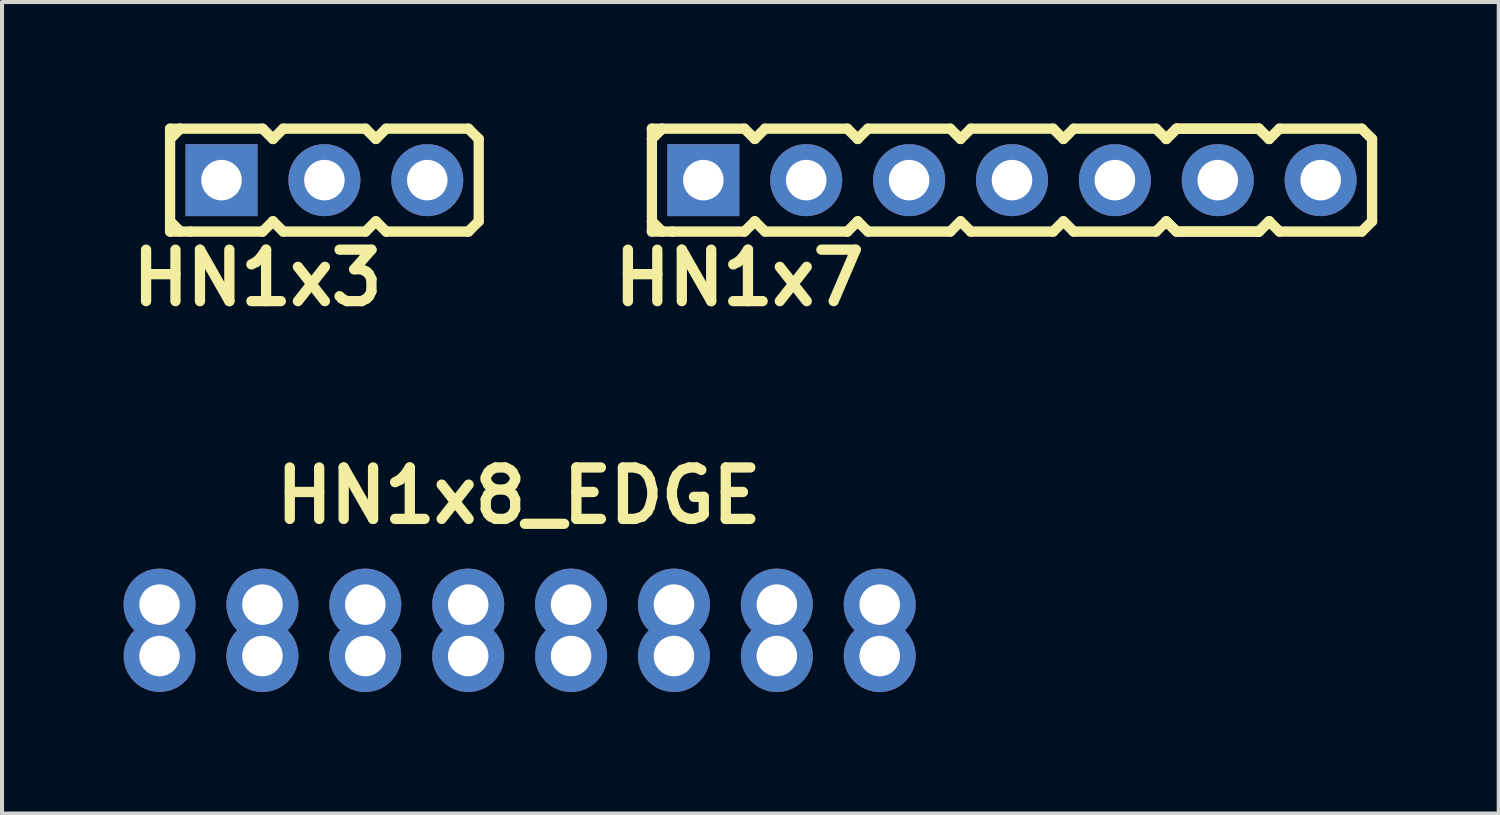
<source format=kicad_pcb>
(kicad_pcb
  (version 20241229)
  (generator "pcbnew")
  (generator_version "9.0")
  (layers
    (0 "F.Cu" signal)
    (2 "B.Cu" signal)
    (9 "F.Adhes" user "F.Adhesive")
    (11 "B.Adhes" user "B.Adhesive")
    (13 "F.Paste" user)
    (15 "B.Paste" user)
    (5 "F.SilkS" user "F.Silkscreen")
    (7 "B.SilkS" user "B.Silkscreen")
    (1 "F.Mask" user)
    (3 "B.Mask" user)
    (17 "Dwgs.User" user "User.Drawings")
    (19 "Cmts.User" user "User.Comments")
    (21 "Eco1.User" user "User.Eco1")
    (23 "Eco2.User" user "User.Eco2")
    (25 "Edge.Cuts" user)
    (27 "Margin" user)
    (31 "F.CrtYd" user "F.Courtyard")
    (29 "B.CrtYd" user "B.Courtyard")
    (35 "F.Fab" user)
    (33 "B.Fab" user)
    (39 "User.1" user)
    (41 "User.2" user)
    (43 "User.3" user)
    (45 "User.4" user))
  (footprint "HN1x3"
    (layer "F.Cu")
    (at 4.959 1.397)
    (property "Reference" "HN1x3" (at -1.651 2.413 0) (layer "F.SilkS") (effects (font (size 1.27 1.27) (thickness 0.254))))
    (attr through_hole)
    (fp_line (start -3.81 -1.27) (end -3.81 1.27) (stroke (width 0.254) (type solid)) (layer "F.SilkS"))
    (fp_line (start -3.81 -1.27) (end -3.556 -1.27) (stroke (width 0.254) (type solid)) (layer "F.SilkS"))
    (fp_line (start -3.81 -1.016) (end -3.556 -1.27) (stroke (width 0.254) (type solid)) (layer "F.SilkS"))
    (fp_line (start -3.556 -1.27) (end -1.524 -1.27) (stroke (width 0.254) (type solid)) (layer "F.SilkS"))
    (fp_line (start -3.556 1.27) (end -3.81 1.016) (stroke (width 0.254) (type solid)) (layer "F.SilkS"))
    (fp_line (start -3.302 1.27) (end -3.81 1.27) (stroke (width 0.254) (type solid)) (layer "F.SilkS"))
    (fp_line (start -1.524 -1.27) (end -1.27 -1.016) (stroke (width 0.254) (type solid)) (layer "F.SilkS"))
    (fp_line (start -1.524 1.27) (end -3.302 1.27) (stroke (width 0.254) (type solid)) (layer "F.SilkS"))
    (fp_line (start -1.27 -1.016) (end -1.016 -1.27) (stroke (width 0.254) (type solid)) (layer "F.SilkS"))
    (fp_line (start -1.27 1.016) (end -1.524 1.27) (stroke (width 0.254) (type solid)) (layer "F.SilkS"))
    (fp_line (start -1.016 -1.27) (end 1.016 -1.27) (stroke (width 0.254) (type solid)) (layer "F.SilkS"))
    (fp_line (start -1.016 1.27) (end -1.27 1.016) (stroke (width 0.254) (type solid)) (layer "F.SilkS"))
    (fp_line (start 1.016 -1.27) (end 1.27 -1.016) (stroke (width 0.254) (type solid)) (layer "F.SilkS"))
    (fp_line (start 1.016 1.27) (end -1.016 1.27) (stroke (width 0.254) (type solid)) (layer "F.SilkS"))
    (fp_line (start 1.016 1.27) (end 1.27 1.016) (stroke (width 0.254) (type solid)) (layer "F.SilkS"))
    (fp_line (start 1.27 -1.016) (end 1.524 -1.27) (stroke (width 0.254) (type solid)) (layer "F.SilkS"))
    (fp_line (start 1.27 1.016) (end 1.524 1.27) (stroke (width 0.254) (type solid)) (layer "F.SilkS"))
    (fp_line (start 1.524 -1.27) (end 3.556 -1.27) (stroke (width 0.254) (type solid)) (layer "F.SilkS"))
    (fp_line (start 3.556 -1.27) (end 3.81 -1.016) (stroke (width 0.254) (type solid)) (layer "F.SilkS"))
    (fp_line (start 3.556 1.27) (end 1.524 1.27) (stroke (width 0.254) (type solid)) (layer "F.SilkS"))
    (fp_line (start 3.81 -1.016) (end 3.81 1.016) (stroke (width 0.254) (type solid)) (layer "F.SilkS"))
    (fp_line (start 3.81 1.016) (end 3.556 1.27) (stroke (width 0.254) (type solid)) (layer "F.SilkS"))
    (pad "1" thru_hole rect (at -2.54 0) (size 1.778 1.778) (drill 1) (layers "*.Cu" "*.Mask"))
    (pad "2" thru_hole circle (at 0 0) (size 1.778 1.778) (drill 1) (layers "*.Cu" "*.Mask"))
    (pad "3" thru_hole circle (at 2.54 0) (size 1.778 1.778) (drill 1) (layers "*.Cu" "*.Mask")))
  (footprint "HN1x8_EDGE"
    (layer "F.Cu")
    (at 9.779 11.877)
    (property "Reference" "HN1x8_EDGE" (at -0.02 -2.69 0) (layer "F.SilkS") (effects (font (size 1.27 1.27) (thickness 0.254))))
    (attr through_hole)
    (pad "1" thru_hole circle (at -8.89 0) (size 1.778 1.778) (drill 1) (layers "*.Cu" "*.Mask"))
    (pad "1" thru_hole custom (at -8.89 1.27) (size 1.778 1.778) (drill 1) (layers "*.Cu" "*.Mask") (options (anchor circle)) (primitives (gr_arc (start -0.65 0) (mid 0 -0.65) (end 0.65 0) (width 0.4))))
    (pad "2" thru_hole circle (at -6.35 0) (size 1.778 1.778) (drill 1) (layers "*.Cu" "*.Mask"))
    (pad "2" thru_hole circle (at -6.35 1.27) (size 1.778 1.778) (drill 1) (layers "*.Cu" "*.Mask"))
    (pad "3" thru_hole circle (at -3.81 0) (size 1.778 1.778) (drill 1) (layers "*.Cu" "*.Mask"))
    (pad "3" thru_hole circle (at -3.81 1.27) (size 1.778 1.778) (drill 1) (layers "*.Cu" "*.Mask"))
    (pad "4" thru_hole circle (at -1.27 0) (size 1.778 1.778) (drill 1) (layers "*.Cu" "*.Mask"))
    (pad "4" thru_hole circle (at -1.27 1.27) (size 1.778 1.778) (drill 1) (layers "*.Cu" "*.Mask"))
    (pad "5" thru_hole circle (at 1.27 0) (size 1.778 1.778) (drill 1) (layers "*.Cu" "*.Mask"))
    (pad "5" thru_hole circle (at 1.27 1.27) (size 1.778 1.778) (drill 1) (layers "*.Cu" "*.Mask"))
    (pad "6" thru_hole circle (at 3.81 0) (size 1.778 1.778) (drill 1) (layers "*.Cu" "*.Mask"))
    (pad "6" thru_hole circle (at 3.81 1.27) (size 1.778 1.778) (drill 1) (layers "*.Cu" "*.Mask"))
    (pad "7" thru_hole circle (at 6.35 0) (size 1.778 1.778) (drill 1) (layers "*.Cu" "*.Mask"))
    (pad "7" thru_hole circle (at 6.35 1.27) (size 1.778 1.778) (drill 1) (layers "*.Cu" "*.Mask"))
    (pad "8" thru_hole circle (at 8.89 0) (size 1.778 1.778) (drill 1) (layers "*.Cu" "*.Mask"))
    (pad "8" thru_hole circle (at 8.89 1.27) (size 1.778 1.778) (drill 1) (layers "*.Cu" "*.Mask")))
  (footprint "HN1x7"
    (layer "F.Cu")
    (at 21.935 1.397)
    (property "Reference" "HN1x7" (at -6.731 2.413 0) (layer "F.SilkS") (effects (font (size 1.27 1.27) (thickness 0.254))))
    (attr through_hole)
    (fp_line (start -8.89 -1.27) (end -8.89 1.27) (stroke (width 0.254) (type solid)) (layer "F.SilkS"))
    (fp_line (start -8.89 -1.27) (end -8.636 -1.27) (stroke (width 0.254) (type solid)) (layer "F.SilkS"))
    (fp_line (start -8.89 -1.016) (end -8.636 -1.27) (stroke (width 0.254) (type solid)) (layer "F.SilkS"))
    (fp_line (start -8.636 -1.27) (end -6.604 -1.27) (stroke (width 0.254) (type solid)) (layer "F.SilkS"))
    (fp_line (start -8.636 1.27) (end -8.89 1.016) (stroke (width 0.254) (type solid)) (layer "F.SilkS"))
    (fp_line (start -8.382 1.27) (end -8.89 1.27) (stroke (width 0.254) (type solid)) (layer "F.SilkS"))
    (fp_line (start -6.604 -1.27) (end -6.35 -1.016) (stroke (width 0.254) (type solid)) (layer "F.SilkS"))
    (fp_line (start -6.604 1.27) (end -8.382 1.27) (stroke (width 0.254) (type solid)) (layer "F.SilkS"))
    (fp_line (start -6.35 -1.016) (end -6.096 -1.27) (stroke (width 0.254) (type solid)) (layer "F.SilkS"))
    (fp_line (start -6.35 1.016) (end -6.604 1.27) (stroke (width 0.254) (type solid)) (layer "F.SilkS"))
    (fp_line (start -6.096 -1.27) (end -4.064 -1.27) (stroke (width 0.254) (type solid)) (layer "F.SilkS"))
    (fp_line (start -6.096 1.27) (end -6.35 1.016) (stroke (width 0.254) (type solid)) (layer "F.SilkS"))
    (fp_line (start -4.064 -1.27) (end -3.81 -1.016) (stroke (width 0.254) (type solid)) (layer "F.SilkS"))
    (fp_line (start -4.064 1.27) (end -6.096 1.27) (stroke (width 0.254) (type solid)) (layer "F.SilkS"))
    (fp_line (start -4.064 1.27) (end -3.81 1.016) (stroke (width 0.254) (type solid)) (layer "F.SilkS"))
    (fp_line (start -3.81 -1.016) (end -3.556 -1.27) (stroke (width 0.254) (type solid)) (layer "F.SilkS"))
    (fp_line (start -3.81 1.016) (end -3.556 1.27) (stroke (width 0.254) (type solid)) (layer "F.SilkS"))
    (fp_line (start -3.556 -1.27) (end -1.524 -1.27) (stroke (width 0.254) (type solid)) (layer "F.SilkS"))
    (fp_line (start -1.524 -1.27) (end -1.27 -1.016) (stroke (width 0.254) (type solid)) (layer "F.SilkS"))
    (fp_line (start -1.524 1.27) (end -3.556 1.27) (stroke (width 0.254) (type solid)) (layer "F.SilkS"))
    (fp_line (start -1.27 -1.016) (end -1.016 -1.27) (stroke (width 0.254) (type solid)) (layer "F.SilkS"))
    (fp_line (start -1.27 1.016) (end -1.524 1.27) (stroke (width 0.254) (type solid)) (layer "F.SilkS"))
    (fp_line (start -1.016 -1.27) (end 1.016 -1.27) (stroke (width 0.254) (type solid)) (layer "F.SilkS"))
    (fp_line (start -1.016 1.27) (end -1.27 1.016) (stroke (width 0.254) (type solid)) (layer "F.SilkS"))
    (fp_line (start 1.016 -1.27) (end 1.27 -1.016) (stroke (width 0.254) (type solid)) (layer "F.SilkS"))
    (fp_line (start 1.016 1.27) (end -1.016 1.27) (stroke (width 0.254) (type solid)) (layer "F.SilkS"))
    (fp_line (start 1.27 -1.016) (end 1.524 -1.27) (stroke (width 0.254) (type solid)) (layer "F.SilkS"))
    (fp_line (start 1.27 1.016) (end 1.016 1.27) (stroke (width 0.254) (type solid)) (layer "F.SilkS"))
    (fp_line (start 1.524 -1.27) (end 3.556 -1.27) (stroke (width 0.254) (type solid)) (layer "F.SilkS"))
    (fp_line (start 1.524 1.27) (end 1.27 1.016) (stroke (width 0.254) (type solid)) (layer "F.SilkS"))
    (fp_line (start 3.556 -1.27) (end 3.81 -1.016) (stroke (width 0.254) (type solid)) (layer "F.SilkS"))
    (fp_line (start 3.556 1.27) (end 1.524 1.27) (stroke (width 0.254) (type solid)) (layer "F.SilkS"))
    (fp_line (start 3.81 -1.016) (end 4.064 -1.27) (stroke (width 0.254) (type solid)) (layer "F.SilkS"))
    (fp_line (start 3.81 -1.016) (end 4.064 -1.27) (stroke (width 0.254) (type solid)) (layer "F.SilkS"))
    (fp_line (start 3.81 1.016) (end 3.556 1.27) (stroke (width 0.254) (type solid)) (layer "F.SilkS"))
    (fp_line (start 4.064 -1.27) (end 6.096 -1.27) (stroke (width 0.254) (type solid)) (layer "F.SilkS"))
    (fp_line (start 4.064 -1.27) (end 6.096 -1.27) (stroke (width 0.254) (type solid)) (layer "F.SilkS"))
    (fp_line (start 4.064 1.27) (end 3.81 1.016) (stroke (width 0.254) (type solid)) (layer "F.SilkS"))
    (fp_line (start 4.064 1.27) (end 3.81 1.016) (stroke (width 0.254) (type solid)) (layer "F.SilkS"))
    (fp_line (start 6.096 -1.27) (end 6.35 -1.016) (stroke (width 0.254) (type solid)) (layer "F.SilkS"))
    (fp_line (start 6.096 -1.27) (end 6.35 -1.016) (stroke (width 0.254) (type solid)) (layer "F.SilkS"))
    (fp_line (start 6.096 1.27) (end 4.064 1.27) (stroke (width 0.254) (type solid)) (layer "F.SilkS"))
    (fp_line (start 6.096 1.27) (end 4.064 1.27) (stroke (width 0.254) (type solid)) (layer "F.SilkS"))
    (fp_line (start 6.35 -1.016) (end 6.604 -1.27) (stroke (width 0.254) (type solid)) (layer "F.SilkS"))
    (fp_line (start 6.35 1.016) (end 6.096 1.27) (stroke (width 0.254) (type solid)) (layer "F.SilkS"))
    (fp_line (start 6.35 1.016) (end 6.096 1.27) (stroke (width 0.254) (type solid)) (layer "F.SilkS"))
    (fp_line (start 6.604 -1.27) (end 8.636 -1.27) (stroke (width 0.254) (type solid)) (layer "F.SilkS"))
    (fp_line (start 6.604 1.27) (end 6.35 1.016) (stroke (width 0.254) (type solid)) (layer "F.SilkS"))
    (fp_line (start 8.636 -1.27) (end 8.89 -1.016) (stroke (width 0.254) (type solid)) (layer "F.SilkS"))
    (fp_line (start 8.636 1.27) (end 6.604 1.27) (stroke (width 0.254) (type solid)) (layer "F.SilkS"))
    (fp_line (start 8.89 -1.016) (end 8.89 1.016) (stroke (width 0.254) (type solid)) (layer "F.SilkS"))
    (fp_line (start 8.89 1.016) (end 8.636 1.27) (stroke (width 0.254) (type solid)) (layer "F.SilkS"))
    (pad "1" thru_hole rect (at -7.62 0) (size 1.778 1.778) (drill 1) (layers "*.Cu" "*.Mask"))
    (pad "2" thru_hole circle (at -5.08 0) (size 1.778 1.778) (drill 1) (layers "*.Cu" "*.Mask"))
    (pad "3" thru_hole circle (at -2.54 0) (size 1.778 1.778) (drill 1) (layers "*.Cu" "*.Mask"))
    (pad "4" thru_hole circle (at 0 0) (size 1.778 1.778) (drill 1) (layers "*.Cu" "*.Mask"))
    (pad "5" thru_hole circle (at 2.54 0) (size 1.778 1.778) (drill 1) (layers "*.Cu" "*.Mask"))
    (pad "6" thru_hole circle (at 5.08 0) (size 1.778 1.778) (drill 1) (layers "*.Cu" "*.Mask"))
    (pad "7" thru_hole circle (at 7.62 0) (size 1.778 1.778) (drill 1) (layers "*.Cu" "*.Mask")))
  (gr_rect
    (start -3 -3)
    (end 33.952 17.036)
    (stroke (width 0.1) (type default))
    (fill no)
    (layer "Edge.Cuts")))
</source>
